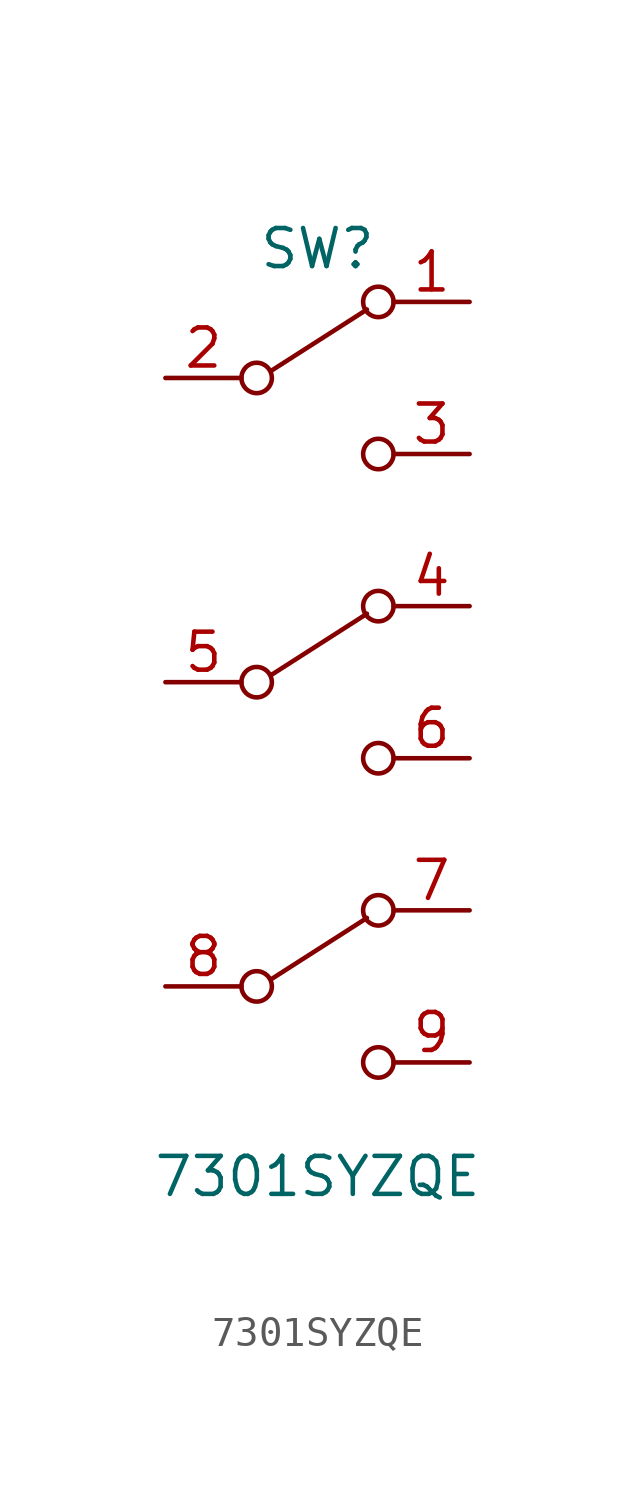
<source format=kicad_sym>
(kicad_symbol_lib
  (version 20211014)
  (generator kicad_symbol_editor)
  (symbol "7301SYZQE"
    (pin_names
      (offset 0) hide)
    (property "Reference" "SW"
      (at 0 14.478 0)
      (effects (font (size 1.27 1.27))))
    (property "Value" "7301SYZQE"
      (at 0 -16.51 0)
      (effects (font (size 1.27 1.27))))
    (symbol "7301SYZQE_0_0"
      (circle (center -2.032 -10.16) (radius 0.508) (stroke (width 0) (type default) (color 0 0 0 0)) (fill (type none)))
      (circle (center -2.032 0) (radius 0.508) (stroke (width 0) (type default) (color 0 0 0 0)) (fill (type none)))
      (circle (center -2.032 10.16) (radius 0.508) (stroke (width 0) (type default) (color 0 0 0 0)) (fill (type none)))
      (circle (center 2.032 -12.7) (radius 0.508) (stroke (width 0) (type default) (color 0 0 0 0)) (fill (type none)))
      (circle (center 2.032 -2.54) (radius 0.508) (stroke (width 0) (type default) (color 0 0 0 0)) (fill (type none)))
      (circle (center 2.032 7.62) (radius 0.508) (stroke (width 0) (type default) (color 0 0 0 0)) (fill (type none))))
    (symbol "7301SYZQE_0_1"
      (polyline (pts (xy -1.524 -9.906) (xy 1.651 -7.874)) (stroke (width 0) (type default) (color 0 0 0 0)) (fill (type none)))
      (polyline (pts (xy -1.524 0.254) (xy 1.651 2.286)) (stroke (width 0) (type default) (color 0 0 0 0)) (fill (type none)))
      (polyline (pts (xy -1.524 10.414) (xy 1.651 12.446)) (stroke (width 0) (type default) (color 0 0 0 0)) (fill (type none)))
      (circle (center 2.032 -7.62) (radius 0.508) (stroke (width 0) (type default) (color 0 0 0 0)) (fill (type none)))
      (circle (center 2.032 2.54) (radius 0.508) (stroke (width 0) (type default) (color 0 0 0 0)) (fill (type none)))
      (circle (center 2.032 12.7) (radius 0.508) (stroke (width 0) (type default) (color 0 0 0 0)) (fill (type none))))
    (symbol "7301SYZQE_1_1"
      (pin passive line (at 5.08 12.7 180) (length 2.54) (name "~" (effects (font (size 1.27 1.27)))) (number "1" (effects (font (size 1.27 1.27)))))
      (pin passive line (at -5.08 10.16 0) (length 2.54) (name "~" (effects (font (size 1.27 1.27)))) (number "2" (effects (font (size 1.27 1.27)))))
      (pin passive line (at 5.08 7.62 180) (length 2.54) (name "~" (effects (font (size 1.27 1.27)))) (number "3" (effects (font (size 1.27 1.27)))))
      (pin passive line (at 5.08 2.54 180) (length 2.54) (name "~" (effects (font (size 1.27 1.27)))) (number "4" (effects (font (size 1.27 1.27)))))
      (pin passive line (at -5.08 0 0) (length 2.54) (name "~" (effects (font (size 1.27 1.27)))) (number "5" (effects (font (size 1.27 1.27)))))
      (pin passive line (at 5.08 -2.54 180) (length 2.54) (name "~" (effects (font (size 1.27 1.27)))) (number "6" (effects (font (size 1.27 1.27)))))
      (pin passive line (at 5.08 -7.62 180) (length 2.54) (name "~" (effects (font (size 1.27 1.27)))) (number "7" (effects (font (size 1.27 1.27)))))
      (pin passive line (at -5.08 -10.16 0) (length 2.54) (name "~" (effects (font (size 1.27 1.27)))) (number "8" (effects (font (size 1.27 1.27)))))
      (pin passive line (at 5.08 -12.7 180) (length 2.54) (name "~" (effects (font (size 1.27 1.27)))) (number "9" (effects (font (size 1.27 1.27))))))))
</source>
